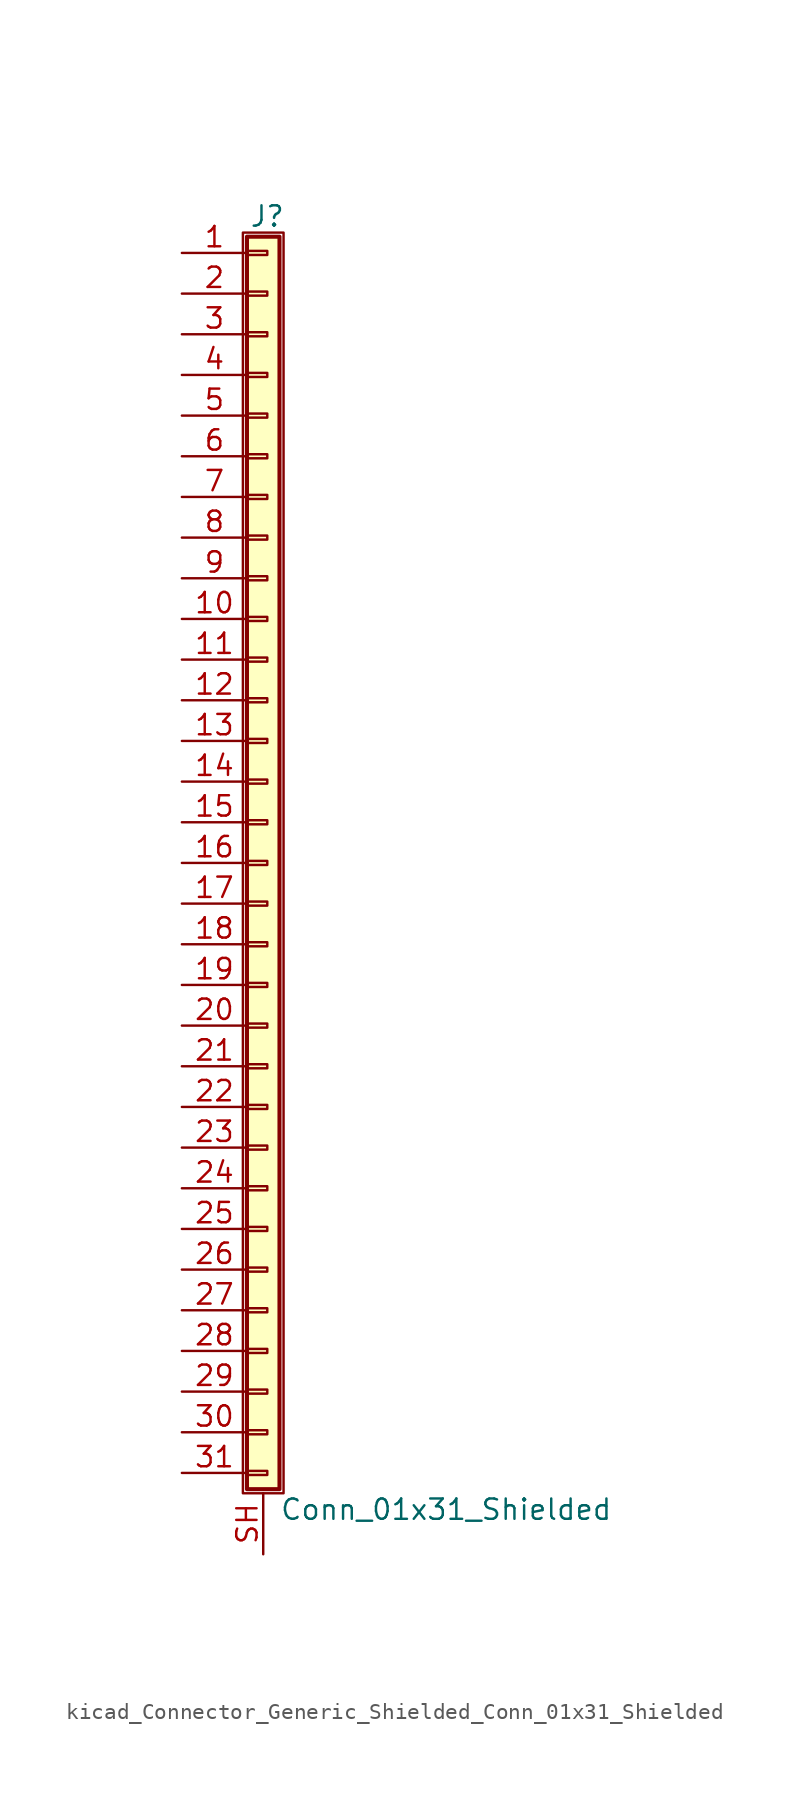
<source format=kicad_sym>
(kicad_symbol_lib
  (version 20220914)
  (generator kicad_symbol_editor)
  (symbol "kicad_Connector_Generic_Shielded_Conn_01x31_Shielded"
    (pin_names
      (offset 1.016) hide)
    (property "Reference" "J"
      (at 0.254 40.386 0)
      (effects (font (size 1.27 1.27))))
    (property "Value" "Conn_01x31_Shielded"
      (at 1.016 -40.386 0)
      (effects (font (size 1.27 1.27)) (justify left)))
    (symbol "kicad_Connector_Generic_Shielded_Conn_01x31_Shielded_1_1"
      (rectangle (start -1.27 39.37) (end 1.27 -39.37) (stroke (width 0.152) (type default)) (fill (type none)))
      (rectangle (start -1.016 -37.973) (end 0.254 -38.227) (stroke (width 0.152) (type default)) (fill (type none)))
      (rectangle (start -1.016 -35.433) (end 0.254 -35.687) (stroke (width 0.152) (type default)) (fill (type none)))
      (rectangle (start -1.016 -32.893) (end 0.254 -33.147) (stroke (width 0.152) (type default)) (fill (type none)))
      (rectangle (start -1.016 -30.353) (end 0.254 -30.607) (stroke (width 0.152) (type default)) (fill (type none)))
      (rectangle (start -1.016 -27.813) (end 0.254 -28.067) (stroke (width 0.152) (type default)) (fill (type none)))
      (rectangle (start -1.016 -25.273) (end 0.254 -25.527) (stroke (width 0.152) (type default)) (fill (type none)))
      (rectangle (start -1.016 -22.733) (end 0.254 -22.987) (stroke (width 0.152) (type default)) (fill (type none)))
      (rectangle (start -1.016 -20.193) (end 0.254 -20.447) (stroke (width 0.152) (type default)) (fill (type none)))
      (rectangle (start -1.016 -17.653) (end 0.254 -17.907) (stroke (width 0.152) (type default)) (fill (type none)))
      (rectangle (start -1.016 -15.113) (end 0.254 -15.367) (stroke (width 0.152) (type default)) (fill (type none)))
      (rectangle (start -1.016 -12.573) (end 0.254 -12.827) (stroke (width 0.152) (type default)) (fill (type none)))
      (rectangle (start -1.016 -10.033) (end 0.254 -10.287) (stroke (width 0.152) (type default)) (fill (type none)))
      (rectangle (start -1.016 -7.493) (end 0.254 -7.747) (stroke (width 0.152) (type default)) (fill (type none)))
      (rectangle (start -1.016 -4.953) (end 0.254 -5.207) (stroke (width 0.152) (type default)) (fill (type none)))
      (rectangle (start -1.016 -2.413) (end 0.254 -2.667) (stroke (width 0.152) (type default)) (fill (type none)))
      (rectangle (start -1.016 0.127) (end 0.254 -0.127) (stroke (width 0.152) (type default)) (fill (type none)))
      (rectangle (start -1.016 2.667) (end 0.254 2.413) (stroke (width 0.152) (type default)) (fill (type none)))
      (rectangle (start -1.016 5.207) (end 0.254 4.953) (stroke (width 0.152) (type default)) (fill (type none)))
      (rectangle (start -1.016 7.747) (end 0.254 7.493) (stroke (width 0.152) (type default)) (fill (type none)))
      (rectangle (start -1.016 10.287) (end 0.254 10.033) (stroke (width 0.152) (type default)) (fill (type none)))
      (rectangle (start -1.016 12.827) (end 0.254 12.573) (stroke (width 0.152) (type default)) (fill (type none)))
      (rectangle (start -1.016 15.367) (end 0.254 15.113) (stroke (width 0.152) (type default)) (fill (type none)))
      (rectangle (start -1.016 17.907) (end 0.254 17.653) (stroke (width 0.152) (type default)) (fill (type none)))
      (rectangle (start -1.016 20.447) (end 0.254 20.193) (stroke (width 0.152) (type default)) (fill (type none)))
      (rectangle (start -1.016 22.987) (end 0.254 22.733) (stroke (width 0.152) (type default)) (fill (type none)))
      (rectangle (start -1.016 25.527) (end 0.254 25.273) (stroke (width 0.152) (type default)) (fill (type none)))
      (rectangle (start -1.016 28.067) (end 0.254 27.813) (stroke (width 0.152) (type default)) (fill (type none)))
      (rectangle (start -1.016 30.607) (end 0.254 30.353) (stroke (width 0.152) (type default)) (fill (type none)))
      (rectangle (start -1.016 33.147) (end 0.254 32.893) (stroke (width 0.152) (type default)) (fill (type none)))
      (rectangle (start -1.016 35.687) (end 0.254 35.433) (stroke (width 0.152) (type default)) (fill (type none)))
      (rectangle (start -1.016 38.227) (end 0.254 37.973) (stroke (width 0.152) (type default)) (fill (type none)))
      (rectangle (start -1.016 39.116) (end 1.016 -39.116) (stroke (width 0.254) (type default)) (fill (type background)))
      (pin passive line (at -5.08 38.1 0) (length 4.064) (name "Pin_1" (effects (font (size 1.27 1.27)))) (number "1" (effects (font (size 1.27 1.27)))))
      (pin passive line (at -5.08 15.24 0) (length 4.064) (name "Pin_10" (effects (font (size 1.27 1.27)))) (number "10" (effects (font (size 1.27 1.27)))))
      (pin passive line (at -5.08 12.7 0) (length 4.064) (name "Pin_11" (effects (font (size 1.27 1.27)))) (number "11" (effects (font (size 1.27 1.27)))))
      (pin passive line (at -5.08 10.16 0) (length 4.064) (name "Pin_12" (effects (font (size 1.27 1.27)))) (number "12" (effects (font (size 1.27 1.27)))))
      (pin passive line (at -5.08 7.62 0) (length 4.064) (name "Pin_13" (effects (font (size 1.27 1.27)))) (number "13" (effects (font (size 1.27 1.27)))))
      (pin passive line (at -5.08 5.08 0) (length 4.064) (name "Pin_14" (effects (font (size 1.27 1.27)))) (number "14" (effects (font (size 1.27 1.27)))))
      (pin passive line (at -5.08 2.54 0) (length 4.064) (name "Pin_15" (effects (font (size 1.27 1.27)))) (number "15" (effects (font (size 1.27 1.27)))))
      (pin passive line (at -5.08 0 0) (length 4.064) (name "Pin_16" (effects (font (size 1.27 1.27)))) (number "16" (effects (font (size 1.27 1.27)))))
      (pin passive line (at -5.08 -2.54 0) (length 4.064) (name "Pin_17" (effects (font (size 1.27 1.27)))) (number "17" (effects (font (size 1.27 1.27)))))
      (pin passive line (at -5.08 -5.08 0) (length 4.064) (name "Pin_18" (effects (font (size 1.27 1.27)))) (number "18" (effects (font (size 1.27 1.27)))))
      (pin passive line (at -5.08 -7.62 0) (length 4.064) (name "Pin_19" (effects (font (size 1.27 1.27)))) (number "19" (effects (font (size 1.27 1.27)))))
      (pin passive line (at -5.08 35.56 0) (length 4.064) (name "Pin_2" (effects (font (size 1.27 1.27)))) (number "2" (effects (font (size 1.27 1.27)))))
      (pin passive line (at -5.08 -10.16 0) (length 4.064) (name "Pin_20" (effects (font (size 1.27 1.27)))) (number "20" (effects (font (size 1.27 1.27)))))
      (pin passive line (at -5.08 -12.7 0) (length 4.064) (name "Pin_21" (effects (font (size 1.27 1.27)))) (number "21" (effects (font (size 1.27 1.27)))))
      (pin passive line (at -5.08 -15.24 0) (length 4.064) (name "Pin_22" (effects (font (size 1.27 1.27)))) (number "22" (effects (font (size 1.27 1.27)))))
      (pin passive line (at -5.08 -17.78 0) (length 4.064) (name "Pin_23" (effects (font (size 1.27 1.27)))) (number "23" (effects (font (size 1.27 1.27)))))
      (pin passive line (at -5.08 -20.32 0) (length 4.064) (name "Pin_24" (effects (font (size 1.27 1.27)))) (number "24" (effects (font (size 1.27 1.27)))))
      (pin passive line (at -5.08 -22.86 0) (length 4.064) (name "Pin_25" (effects (font (size 1.27 1.27)))) (number "25" (effects (font (size 1.27 1.27)))))
      (pin passive line (at -5.08 -25.4 0) (length 4.064) (name "Pin_26" (effects (font (size 1.27 1.27)))) (number "26" (effects (font (size 1.27 1.27)))))
      (pin passive line (at -5.08 -27.94 0) (length 4.064) (name "Pin_27" (effects (font (size 1.27 1.27)))) (number "27" (effects (font (size 1.27 1.27)))))
      (pin passive line (at -5.08 -30.48 0) (length 4.064) (name "Pin_28" (effects (font (size 1.27 1.27)))) (number "28" (effects (font (size 1.27 1.27)))))
      (pin passive line (at -5.08 -33.02 0) (length 4.064) (name "Pin_29" (effects (font (size 1.27 1.27)))) (number "29" (effects (font (size 1.27 1.27)))))
      (pin passive line (at -5.08 33.02 0) (length 4.064) (name "Pin_3" (effects (font (size 1.27 1.27)))) (number "3" (effects (font (size 1.27 1.27)))))
      (pin passive line (at -5.08 -35.56 0) (length 4.064) (name "Pin_30" (effects (font (size 1.27 1.27)))) (number "30" (effects (font (size 1.27 1.27)))))
      (pin passive line (at -5.08 -38.1 0) (length 4.064) (name "Pin_31" (effects (font (size 1.27 1.27)))) (number "31" (effects (font (size 1.27 1.27)))))
      (pin passive line (at -5.08 30.48 0) (length 4.064) (name "Pin_4" (effects (font (size 1.27 1.27)))) (number "4" (effects (font (size 1.27 1.27)))))
      (pin passive line (at -5.08 27.94 0) (length 4.064) (name "Pin_5" (effects (font (size 1.27 1.27)))) (number "5" (effects (font (size 1.27 1.27)))))
      (pin passive line (at -5.08 25.4 0) (length 4.064) (name "Pin_6" (effects (font (size 1.27 1.27)))) (number "6" (effects (font (size 1.27 1.27)))))
      (pin passive line (at -5.08 22.86 0) (length 4.064) (name "Pin_7" (effects (font (size 1.27 1.27)))) (number "7" (effects (font (size 1.27 1.27)))))
      (pin passive line (at -5.08 20.32 0) (length 4.064) (name "Pin_8" (effects (font (size 1.27 1.27)))) (number "8" (effects (font (size 1.27 1.27)))))
      (pin passive line (at -5.08 17.78 0) (length 4.064) (name "Pin_9" (effects (font (size 1.27 1.27)))) (number "9" (effects (font (size 1.27 1.27)))))
      (pin passive line (at 0 -43.18 90) (length 3.81) (name "Shield" (effects (font (size 1.27 1.27)))) (number "SH" (effects (font (size 1.27 1.27))))))))
</source>
